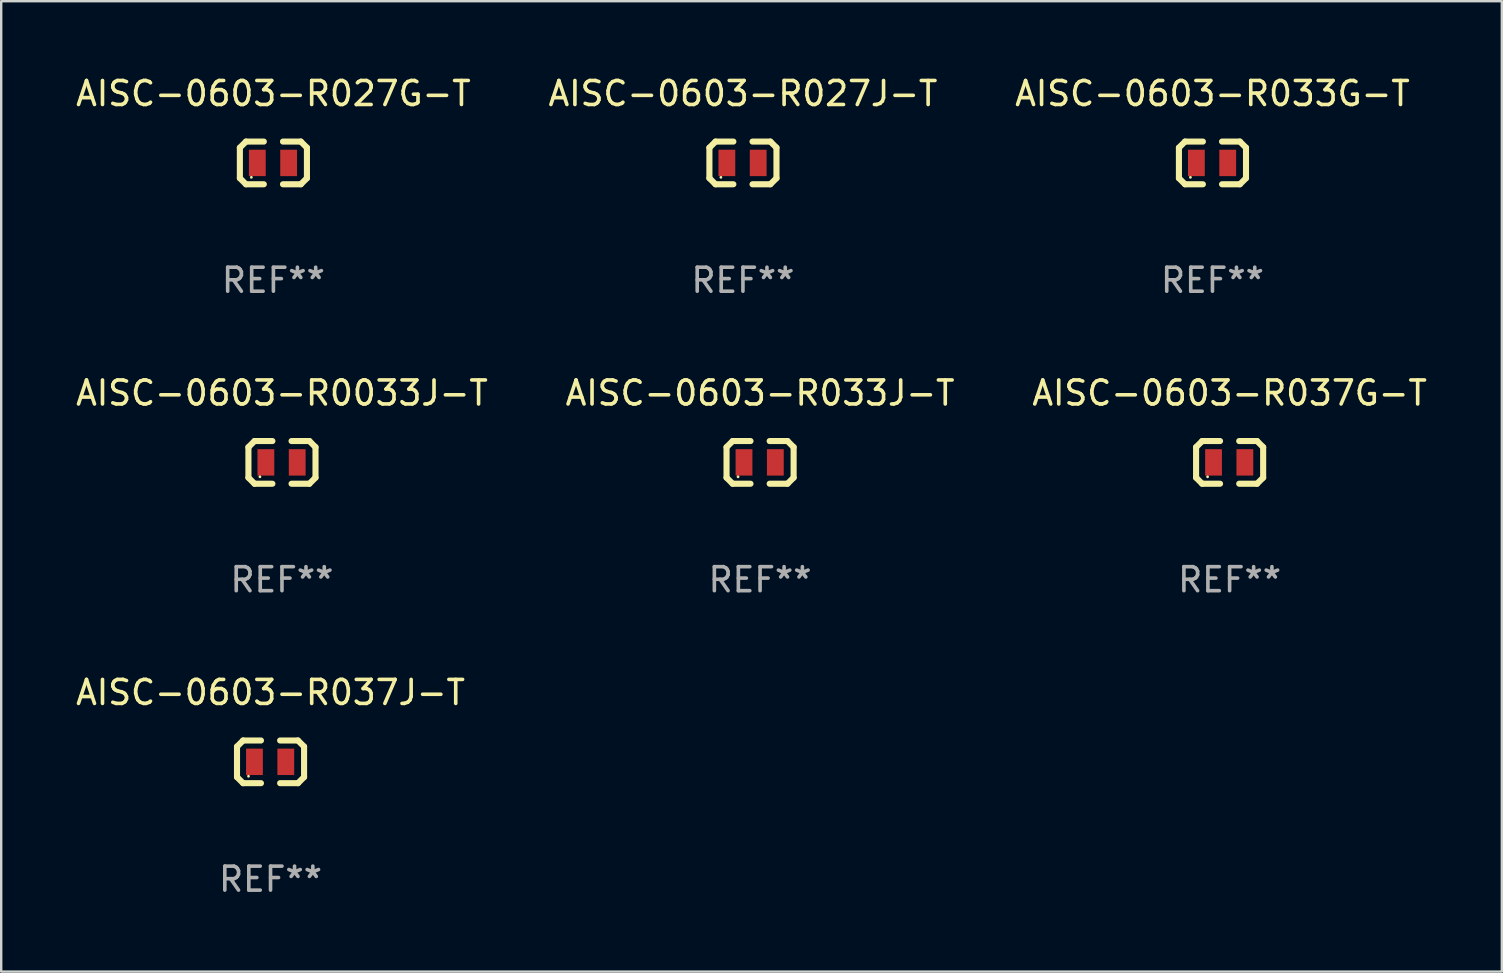
<source format=kicad_pcb>
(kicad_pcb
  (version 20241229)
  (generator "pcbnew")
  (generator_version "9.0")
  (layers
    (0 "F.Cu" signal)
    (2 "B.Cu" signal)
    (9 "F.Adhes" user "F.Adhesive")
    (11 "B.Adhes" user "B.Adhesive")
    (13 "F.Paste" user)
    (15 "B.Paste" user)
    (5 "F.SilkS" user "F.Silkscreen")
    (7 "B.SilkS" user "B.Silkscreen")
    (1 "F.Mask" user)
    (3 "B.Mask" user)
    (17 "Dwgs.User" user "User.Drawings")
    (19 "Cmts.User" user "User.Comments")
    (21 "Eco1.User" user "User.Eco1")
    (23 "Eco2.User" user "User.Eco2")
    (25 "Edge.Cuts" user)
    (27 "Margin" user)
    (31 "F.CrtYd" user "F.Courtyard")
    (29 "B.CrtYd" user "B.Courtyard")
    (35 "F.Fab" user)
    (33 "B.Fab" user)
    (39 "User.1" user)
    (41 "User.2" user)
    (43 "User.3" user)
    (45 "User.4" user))
  (footprint "AISC-0603-R033J-T"
    (layer "F.Cu")
    (at 28.613 16.212)
    (property "Reference" "AISC-0603-R033J-T" (at 0 -2.889 0) (layer "F.SilkS") (effects (font (size 1 1) (thickness 0.15))))
    (attr through_hole)
    (fp_line (start -1.397 -0.635) (end -1.397 0.635) (stroke (width 0.254) (type solid)) (layer "F.SilkS"))
    (fp_line (start -1.397 0.635) (end -1.143 0.889) (stroke (width 0.254) (type solid)) (layer "F.SilkS"))
    (fp_line (start -1.143 -0.889) (end -1.397 -0.635) (stroke (width 0.254) (type solid)) (layer "F.SilkS"))
    (fp_line (start -1.143 -0.889) (end -0.399 -0.889) (stroke (width 0.254) (type solid)) (layer "F.SilkS"))
    (fp_line (start -1.143 0.889) (end -0.399 0.889) (stroke (width 0.254) (type solid)) (layer "F.SilkS"))
    (fp_line (start 1.143 -0.889) (end 0.399 -0.889) (stroke (width 0.254) (type solid)) (layer "F.SilkS"))
    (fp_line (start 1.143 0.889) (end 0.399 0.889) (stroke (width 0.254) (type solid)) (layer "F.SilkS"))
    (fp_line (start 1.143 0.889) (end 1.397 0.635) (stroke (width 0.254) (type solid)) (layer "F.SilkS"))
    (fp_line (start 1.397 -0.635) (end 1.143 -0.889) (stroke (width 0.254) (type solid)) (layer "F.SilkS"))
    (fp_line (start 1.397 0.635) (end 1.397 -0.635) (stroke (width 0.254) (type solid)) (layer "F.SilkS"))
    (fp_circle (center -0.918 0.6) (end -0.888 0.6) (stroke (width 0.06) (type solid)) (fill no) (layer "F.SilkS"))
    (fp_text user "REF**" (at 0 4.889 0) (layer "F.Fab") (effects (font (size 1 1) (thickness 0.15))))
    (pad "1" smd rect (at -0.67 0) (size 0.7 1.1) (layers "F.Cu" "F.Mask" "F.Paste"))
    (pad "2" smd rect (at 0.635 0) (size 0.7 1.1) (layers "F.Cu" "F.Mask" "F.Paste")))
  (footprint "AISC-0603-R033G-T"
    (layer "F.Cu")
    (at 47.458 3.737)
    (property "Reference" "AISC-0603-R033G-T" (at 0 -2.889 0) (layer "F.SilkS") (effects (font (size 1 1) (thickness 0.15))))
    (attr through_hole)
    (fp_line (start -1.397 -0.635) (end -1.397 0.635) (stroke (width 0.254) (type solid)) (layer "F.SilkS"))
    (fp_line (start -1.397 0.635) (end -1.143 0.889) (stroke (width 0.254) (type solid)) (layer "F.SilkS"))
    (fp_line (start -1.143 -0.889) (end -1.397 -0.635) (stroke (width 0.254) (type solid)) (layer "F.SilkS"))
    (fp_line (start -1.143 -0.889) (end -0.399 -0.889) (stroke (width 0.254) (type solid)) (layer "F.SilkS"))
    (fp_line (start -1.143 0.889) (end -0.399 0.889) (stroke (width 0.254) (type solid)) (layer "F.SilkS"))
    (fp_line (start 1.143 -0.889) (end 0.399 -0.889) (stroke (width 0.254) (type solid)) (layer "F.SilkS"))
    (fp_line (start 1.143 0.889) (end 0.399 0.889) (stroke (width 0.254) (type solid)) (layer "F.SilkS"))
    (fp_line (start 1.143 0.889) (end 1.397 0.635) (stroke (width 0.254) (type solid)) (layer "F.SilkS"))
    (fp_line (start 1.397 -0.635) (end 1.143 -0.889) (stroke (width 0.254) (type solid)) (layer "F.SilkS"))
    (fp_line (start 1.397 0.635) (end 1.397 -0.635) (stroke (width 0.254) (type solid)) (layer "F.SilkS"))
    (fp_circle (center -0.918 0.6) (end -0.888 0.6) (stroke (width 0.06) (type solid)) (fill no) (layer "F.SilkS"))
    (fp_text user "REF**" (at 0 4.889 0) (layer "F.Fab") (effects (font (size 1 1) (thickness 0.15))))
    (pad "1" smd rect (at -0.67 0) (size 0.7 1.1) (layers "F.Cu" "F.Mask" "F.Paste"))
    (pad "2" smd rect (at 0.635 0) (size 0.7 1.1) (layers "F.Cu" "F.Mask" "F.Paste")))
  (footprint "AISC-0603-R037G-T"
    (layer "F.Cu")
    (at 48.173 16.212)
    (property "Reference" "AISC-0603-R037G-T" (at 0 -2.889 0) (layer "F.SilkS") (effects (font (size 1 1) (thickness 0.15))))
    (attr through_hole)
    (fp_line (start -1.397 -0.635) (end -1.397 0.635) (stroke (width 0.254) (type solid)) (layer "F.SilkS"))
    (fp_line (start -1.397 0.635) (end -1.143 0.889) (stroke (width 0.254) (type solid)) (layer "F.SilkS"))
    (fp_line (start -1.143 -0.889) (end -1.397 -0.635) (stroke (width 0.254) (type solid)) (layer "F.SilkS"))
    (fp_line (start -1.143 -0.889) (end -0.399 -0.889) (stroke (width 0.254) (type solid)) (layer "F.SilkS"))
    (fp_line (start -1.143 0.889) (end -0.399 0.889) (stroke (width 0.254) (type solid)) (layer "F.SilkS"))
    (fp_line (start 1.143 -0.889) (end 0.399 -0.889) (stroke (width 0.254) (type solid)) (layer "F.SilkS"))
    (fp_line (start 1.143 0.889) (end 0.399 0.889) (stroke (width 0.254) (type solid)) (layer "F.SilkS"))
    (fp_line (start 1.143 0.889) (end 1.397 0.635) (stroke (width 0.254) (type solid)) (layer "F.SilkS"))
    (fp_line (start 1.397 -0.635) (end 1.143 -0.889) (stroke (width 0.254) (type solid)) (layer "F.SilkS"))
    (fp_line (start 1.397 0.635) (end 1.397 -0.635) (stroke (width 0.254) (type solid)) (layer "F.SilkS"))
    (fp_circle (center -0.918 0.6) (end -0.888 0.6) (stroke (width 0.06) (type solid)) (fill no) (layer "F.SilkS"))
    (fp_text user "REF**" (at 0 4.889 0) (layer "F.Fab") (effects (font (size 1 1) (thickness 0.15))))
    (pad "1" smd rect (at -0.67 0) (size 0.7 1.1) (layers "F.Cu" "F.Mask" "F.Paste"))
    (pad "2" smd rect (at 0.635 0) (size 0.7 1.1) (layers "F.Cu" "F.Mask" "F.Paste")))
  (footprint "AISC-0603-R0033J-T"
    (layer "F.Cu")
    (at 8.696 16.212)
    (property "Reference" "AISC-0603-R0033J-T" (at 0 -2.889 0) (layer "F.SilkS") (effects (font (size 1 1) (thickness 0.15))))
    (attr through_hole)
    (fp_line (start -1.397 -0.635) (end -1.397 0.635) (stroke (width 0.254) (type solid)) (layer "F.SilkS"))
    (fp_line (start -1.397 0.635) (end -1.143 0.889) (stroke (width 0.254) (type solid)) (layer "F.SilkS"))
    (fp_line (start -1.143 -0.889) (end -1.397 -0.635) (stroke (width 0.254) (type solid)) (layer "F.SilkS"))
    (fp_line (start -1.143 -0.889) (end -0.399 -0.889) (stroke (width 0.254) (type solid)) (layer "F.SilkS"))
    (fp_line (start -1.143 0.889) (end -0.399 0.889) (stroke (width 0.254) (type solid)) (layer "F.SilkS"))
    (fp_line (start 1.143 -0.889) (end 0.399 -0.889) (stroke (width 0.254) (type solid)) (layer "F.SilkS"))
    (fp_line (start 1.143 0.889) (end 0.399 0.889) (stroke (width 0.254) (type solid)) (layer "F.SilkS"))
    (fp_line (start 1.143 0.889) (end 1.397 0.635) (stroke (width 0.254) (type solid)) (layer "F.SilkS"))
    (fp_line (start 1.397 -0.635) (end 1.143 -0.889) (stroke (width 0.254) (type solid)) (layer "F.SilkS"))
    (fp_line (start 1.397 0.635) (end 1.397 -0.635) (stroke (width 0.254) (type solid)) (layer "F.SilkS"))
    (fp_circle (center -0.918 0.6) (end -0.888 0.6) (stroke (width 0.06) (type solid)) (fill no) (layer "F.SilkS"))
    (fp_text user "REF**" (at 0 4.889 0) (layer "F.Fab") (effects (font (size 1 1) (thickness 0.15))))
    (pad "1" smd rect (at -0.67 0) (size 0.7 1.1) (layers "F.Cu" "F.Mask" "F.Paste"))
    (pad "2" smd rect (at 0.635 0) (size 0.7 1.1) (layers "F.Cu" "F.Mask" "F.Paste")))
  (footprint "AISC-0603-R027J-T"
    (layer "F.Cu")
    (at 27.899 3.737)
    (property "Reference" "AISC-0603-R027J-T" (at 0 -2.889 0) (layer "F.SilkS") (effects (font (size 1 1) (thickness 0.15))))
    (attr through_hole)
    (fp_line (start -1.397 -0.635) (end -1.397 0.635) (stroke (width 0.254) (type solid)) (layer "F.SilkS"))
    (fp_line (start -1.397 0.635) (end -1.143 0.889) (stroke (width 0.254) (type solid)) (layer "F.SilkS"))
    (fp_line (start -1.143 -0.889) (end -1.397 -0.635) (stroke (width 0.254) (type solid)) (layer "F.SilkS"))
    (fp_line (start -1.143 -0.889) (end -0.399 -0.889) (stroke (width 0.254) (type solid)) (layer "F.SilkS"))
    (fp_line (start -1.143 0.889) (end -0.399 0.889) (stroke (width 0.254) (type solid)) (layer "F.SilkS"))
    (fp_line (start 1.143 -0.889) (end 0.399 -0.889) (stroke (width 0.254) (type solid)) (layer "F.SilkS"))
    (fp_line (start 1.143 0.889) (end 0.399 0.889) (stroke (width 0.254) (type solid)) (layer "F.SilkS"))
    (fp_line (start 1.143 0.889) (end 1.397 0.635) (stroke (width 0.254) (type solid)) (layer "F.SilkS"))
    (fp_line (start 1.397 -0.635) (end 1.143 -0.889) (stroke (width 0.254) (type solid)) (layer "F.SilkS"))
    (fp_line (start 1.397 0.635) (end 1.397 -0.635) (stroke (width 0.254) (type solid)) (layer "F.SilkS"))
    (fp_circle (center -0.918 0.6) (end -0.888 0.6) (stroke (width 0.06) (type solid)) (fill no) (layer "F.SilkS"))
    (fp_text user "REF**" (at 0 4.889 0) (layer "F.Fab") (effects (font (size 1 1) (thickness 0.15))))
    (pad "1" smd rect (at -0.67 0) (size 0.7 1.1) (layers "F.Cu" "F.Mask" "F.Paste"))
    (pad "2" smd rect (at 0.635 0) (size 0.7 1.1) (layers "F.Cu" "F.Mask" "F.Paste")))
  (footprint "AISC-0603-R027G-T"
    (layer "F.Cu")
    (at 8.339 3.737)
    (property "Reference" "AISC-0603-R027G-T" (at 0 -2.889 0) (layer "F.SilkS") (effects (font (size 1 1) (thickness 0.15))))
    (attr through_hole)
    (fp_line (start -1.397 -0.635) (end -1.397 0.635) (stroke (width 0.254) (type solid)) (layer "F.SilkS"))
    (fp_line (start -1.397 0.635) (end -1.143 0.889) (stroke (width 0.254) (type solid)) (layer "F.SilkS"))
    (fp_line (start -1.143 -0.889) (end -1.397 -0.635) (stroke (width 0.254) (type solid)) (layer "F.SilkS"))
    (fp_line (start -1.143 -0.889) (end -0.399 -0.889) (stroke (width 0.254) (type solid)) (layer "F.SilkS"))
    (fp_line (start -1.143 0.889) (end -0.399 0.889) (stroke (width 0.254) (type solid)) (layer "F.SilkS"))
    (fp_line (start 1.143 -0.889) (end 0.399 -0.889) (stroke (width 0.254) (type solid)) (layer "F.SilkS"))
    (fp_line (start 1.143 0.889) (end 0.399 0.889) (stroke (width 0.254) (type solid)) (layer "F.SilkS"))
    (fp_line (start 1.143 0.889) (end 1.397 0.635) (stroke (width 0.254) (type solid)) (layer "F.SilkS"))
    (fp_line (start 1.397 -0.635) (end 1.143 -0.889) (stroke (width 0.254) (type solid)) (layer "F.SilkS"))
    (fp_line (start 1.397 0.635) (end 1.397 -0.635) (stroke (width 0.254) (type solid)) (layer "F.SilkS"))
    (fp_circle (center -0.918 0.6) (end -0.888 0.6) (stroke (width 0.06) (type solid)) (fill no) (layer "F.SilkS"))
    (fp_text user "REF**" (at 0 4.889 0) (layer "F.Fab") (effects (font (size 1 1) (thickness 0.15))))
    (pad "1" smd rect (at -0.67 0) (size 0.7 1.1) (layers "F.Cu" "F.Mask" "F.Paste"))
    (pad "2" smd rect (at 0.635 0) (size 0.7 1.1) (layers "F.Cu" "F.Mask" "F.Paste")))
  (footprint "AISC-0603-R037J-T"
    (layer "F.Cu")
    (at 8.22 28.686)
    (property "Reference" "AISC-0603-R037J-T" (at 0 -2.889 0) (layer "F.SilkS") (effects (font (size 1 1) (thickness 0.15))))
    (attr through_hole)
    (fp_line (start -1.397 -0.635) (end -1.397 0.635) (stroke (width 0.254) (type solid)) (layer "F.SilkS"))
    (fp_line (start -1.397 0.635) (end -1.143 0.889) (stroke (width 0.254) (type solid)) (layer "F.SilkS"))
    (fp_line (start -1.143 -0.889) (end -1.397 -0.635) (stroke (width 0.254) (type solid)) (layer "F.SilkS"))
    (fp_line (start -1.143 -0.889) (end -0.399 -0.889) (stroke (width 0.254) (type solid)) (layer "F.SilkS"))
    (fp_line (start -1.143 0.889) (end -0.399 0.889) (stroke (width 0.254) (type solid)) (layer "F.SilkS"))
    (fp_line (start 1.143 -0.889) (end 0.399 -0.889) (stroke (width 0.254) (type solid)) (layer "F.SilkS"))
    (fp_line (start 1.143 0.889) (end 0.399 0.889) (stroke (width 0.254) (type solid)) (layer "F.SilkS"))
    (fp_line (start 1.143 0.889) (end 1.397 0.635) (stroke (width 0.254) (type solid)) (layer "F.SilkS"))
    (fp_line (start 1.397 -0.635) (end 1.143 -0.889) (stroke (width 0.254) (type solid)) (layer "F.SilkS"))
    (fp_line (start 1.397 0.635) (end 1.397 -0.635) (stroke (width 0.254) (type solid)) (layer "F.SilkS"))
    (fp_circle (center -0.918 0.6) (end -0.888 0.6) (stroke (width 0.06) (type solid)) (fill no) (layer "F.SilkS"))
    (fp_text user "REF**" (at 0 4.889 0) (layer "F.Fab") (effects (font (size 1 1) (thickness 0.15))))
    (pad "1" smd rect (at -0.67 0) (size 0.7 1.1) (layers "F.Cu" "F.Mask" "F.Paste"))
    (pad "2" smd rect (at 0.635 0) (size 0.7 1.1) (layers "F.Cu" "F.Mask" "F.Paste")))
  (gr_rect
    (start -3 -3)
    (end 59.512 37.424)
    (stroke (width 0.1) (type default))
    (fill no)
    (layer "Edge.Cuts")))
</source>
